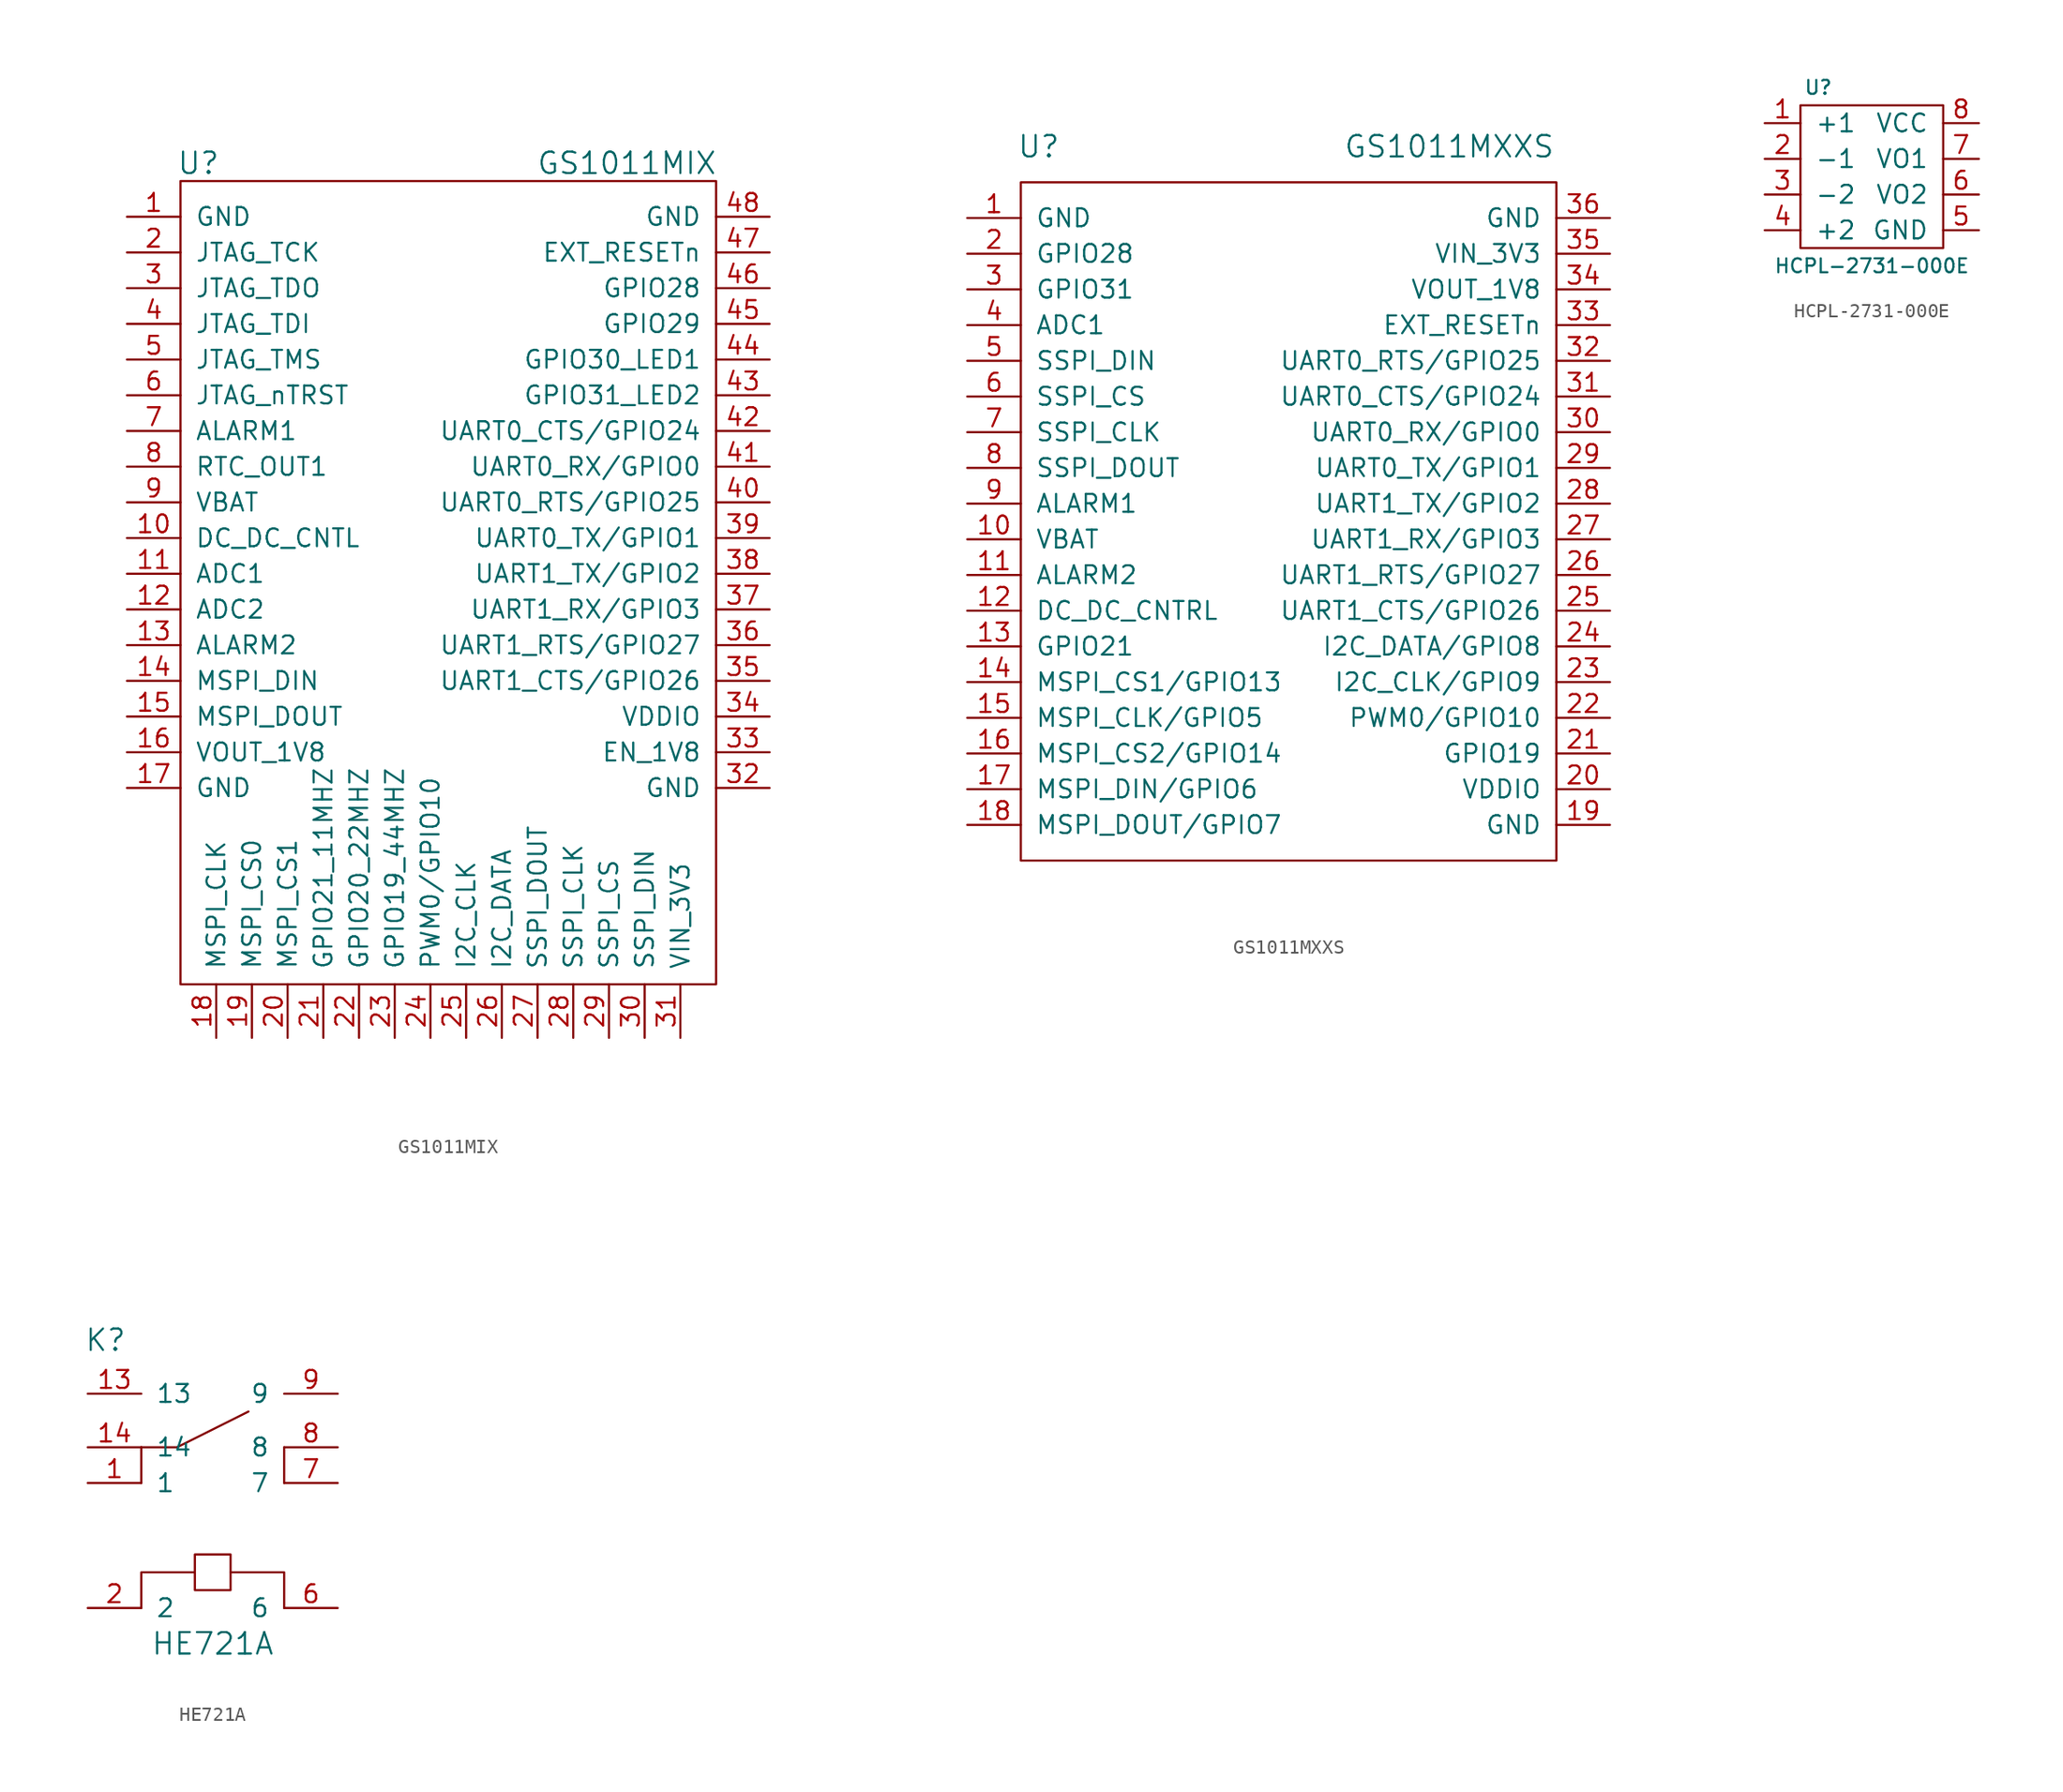
<source format=kicad_sym>
(kicad_symbol_lib
  (version 20211014)
  (generator kicad_symbol_editor)
  (symbol "GS1011MIX"
    (pin_names
      (offset 1.016))
    (property "Reference" "U"
      (at -17.78 24.13 0)
      (effects (font (size 1.524 1.524))))
    (property "Value" "GS1011MIX"
      (at 12.7 24.13 0)
      (effects (font (size 1.524 1.524))))
    (property "Footprint" ""
      (at 0 0 0)
      (effects (font (size 1.524 1.524))))
    (property "Datasheet" ""
      (at 0 0 0)
      (effects (font (size 1.524 1.524))))
    (symbol "GS1011MIX_0_1"
      (rectangle (start -19.05 22.86) (end 19.05 -34.29) (stroke (width 0) (type default) (color 0 0 0 0)) (fill (type none))))
    (symbol "GS1011MIX_1_1"
      (pin passive line (at -22.86 20.32 0) (length 3.81) (name "GND" (effects (font (size 1.27 1.27)))) (number "1" (effects (font (size 1.27 1.27)))))
      (pin passive line (at -22.86 -2.54 0) (length 3.81) (name "DC_DC_CNTL" (effects (font (size 1.27 1.27)))) (number "10" (effects (font (size 1.27 1.27)))))
      (pin passive line (at -22.86 -5.08 0) (length 3.81) (name "ADC1" (effects (font (size 1.27 1.27)))) (number "11" (effects (font (size 1.27 1.27)))))
      (pin passive line (at -22.86 -7.62 0) (length 3.81) (name "ADC2" (effects (font (size 1.27 1.27)))) (number "12" (effects (font (size 1.27 1.27)))))
      (pin passive line (at -22.86 -10.16 0) (length 3.81) (name "ALARM2" (effects (font (size 1.27 1.27)))) (number "13" (effects (font (size 1.27 1.27)))))
      (pin passive line (at -22.86 -12.7 0) (length 3.81) (name "MSPI_DIN" (effects (font (size 1.27 1.27)))) (number "14" (effects (font (size 1.27 1.27)))))
      (pin passive line (at -22.86 -15.24 0) (length 3.81) (name "MSPI_DOUT" (effects (font (size 1.27 1.27)))) (number "15" (effects (font (size 1.27 1.27)))))
      (pin passive line (at -22.86 -17.78 0) (length 3.81) (name "VOUT_1V8" (effects (font (size 1.27 1.27)))) (number "16" (effects (font (size 1.27 1.27)))))
      (pin passive line (at -22.86 -20.32 0) (length 3.81) (name "GND" (effects (font (size 1.27 1.27)))) (number "17" (effects (font (size 1.27 1.27)))))
      (pin passive line (at -16.51 -38.1 90) (length 3.81) (name "MSPI_CLK" (effects (font (size 1.27 1.27)))) (number "18" (effects (font (size 1.27 1.27)))))
      (pin passive line (at -13.97 -38.1 90) (length 3.81) (name "MSPI_CS0" (effects (font (size 1.27 1.27)))) (number "19" (effects (font (size 1.27 1.27)))))
      (pin passive line (at -22.86 17.78 0) (length 3.81) (name "JTAG_TCK" (effects (font (size 1.27 1.27)))) (number "2" (effects (font (size 1.27 1.27)))))
      (pin passive line (at -11.43 -38.1 90) (length 3.81) (name "MSPI_CS1" (effects (font (size 1.27 1.27)))) (number "20" (effects (font (size 1.27 1.27)))))
      (pin passive line (at -8.89 -38.1 90) (length 3.81) (name "GPIO21_11MHZ" (effects (font (size 1.27 1.27)))) (number "21" (effects (font (size 1.27 1.27)))))
      (pin passive line (at -6.35 -38.1 90) (length 3.81) (name "GPIO20_22MHZ" (effects (font (size 1.27 1.27)))) (number "22" (effects (font (size 1.27 1.27)))))
      (pin passive line (at -3.81 -38.1 90) (length 3.81) (name "GPIO19_44MHZ" (effects (font (size 1.27 1.27)))) (number "23" (effects (font (size 1.27 1.27)))))
      (pin passive line (at -1.27 -38.1 90) (length 3.81) (name "PWM0/GPIO10" (effects (font (size 1.27 1.27)))) (number "24" (effects (font (size 1.27 1.27)))))
      (pin passive line (at 1.27 -38.1 90) (length 3.81) (name "I2C_CLK" (effects (font (size 1.27 1.27)))) (number "25" (effects (font (size 1.27 1.27)))))
      (pin passive line (at 3.81 -38.1 90) (length 3.81) (name "I2C_DATA" (effects (font (size 1.27 1.27)))) (number "26" (effects (font (size 1.27 1.27)))))
      (pin passive line (at 6.35 -38.1 90) (length 3.81) (name "SSPI_DOUT" (effects (font (size 1.27 1.27)))) (number "27" (effects (font (size 1.27 1.27)))))
      (pin passive line (at 8.89 -38.1 90) (length 3.81) (name "SSPI_CLK" (effects (font (size 1.27 1.27)))) (number "28" (effects (font (size 1.27 1.27)))))
      (pin passive line (at 11.43 -38.1 90) (length 3.81) (name "SSPI_CS" (effects (font (size 1.27 1.27)))) (number "29" (effects (font (size 1.27 1.27)))))
      (pin passive line (at -22.86 15.24 0) (length 3.81) (name "JTAG_TDO" (effects (font (size 1.27 1.27)))) (number "3" (effects (font (size 1.27 1.27)))))
      (pin passive line (at 13.97 -38.1 90) (length 3.81) (name "SSPI_DIN" (effects (font (size 1.27 1.27)))) (number "30" (effects (font (size 1.27 1.27)))))
      (pin passive line (at 16.51 -38.1 90) (length 3.81) (name "VIN_3V3" (effects (font (size 1.27 1.27)))) (number "31" (effects (font (size 1.27 1.27)))))
      (pin passive line (at 22.86 -20.32 180) (length 3.81) (name "GND" (effects (font (size 1.27 1.27)))) (number "32" (effects (font (size 1.27 1.27)))))
      (pin passive line (at 22.86 -17.78 180) (length 3.81) (name "EN_1V8" (effects (font (size 1.27 1.27)))) (number "33" (effects (font (size 1.27 1.27)))))
      (pin passive line (at 22.86 -15.24 180) (length 3.81) (name "VDDIO" (effects (font (size 1.27 1.27)))) (number "34" (effects (font (size 1.27 1.27)))))
      (pin passive line (at 22.86 -12.7 180) (length 3.81) (name "UART1_CTS/GPIO26" (effects (font (size 1.27 1.27)))) (number "35" (effects (font (size 1.27 1.27)))))
      (pin passive line (at 22.86 -10.16 180) (length 3.81) (name "UART1_RTS/GPIO27" (effects (font (size 1.27 1.27)))) (number "36" (effects (font (size 1.27 1.27)))))
      (pin passive line (at 22.86 -7.62 180) (length 3.81) (name "UART1_RX/GPIO3" (effects (font (size 1.27 1.27)))) (number "37" (effects (font (size 1.27 1.27)))))
      (pin passive line (at 22.86 -5.08 180) (length 3.81) (name "UART1_TX/GPIO2" (effects (font (size 1.27 1.27)))) (number "38" (effects (font (size 1.27 1.27)))))
      (pin passive line (at 22.86 -2.54 180) (length 3.81) (name "UART0_TX/GPIO1" (effects (font (size 1.27 1.27)))) (number "39" (effects (font (size 1.27 1.27)))))
      (pin passive line (at -22.86 12.7 0) (length 3.81) (name "JTAG_TDI" (effects (font (size 1.27 1.27)))) (number "4" (effects (font (size 1.27 1.27)))))
      (pin passive line (at 22.86 0 180) (length 3.81) (name "UART0_RTS/GPIO25" (effects (font (size 1.27 1.27)))) (number "40" (effects (font (size 1.27 1.27)))))
      (pin passive line (at 22.86 2.54 180) (length 3.81) (name "UART0_RX/GPIO0" (effects (font (size 1.27 1.27)))) (number "41" (effects (font (size 1.27 1.27)))))
      (pin passive line (at 22.86 5.08 180) (length 3.81) (name "UART0_CTS/GPIO24" (effects (font (size 1.27 1.27)))) (number "42" (effects (font (size 1.27 1.27)))))
      (pin passive line (at 22.86 7.62 180) (length 3.81) (name "GPIO31_LED2" (effects (font (size 1.27 1.27)))) (number "43" (effects (font (size 1.27 1.27)))))
      (pin passive line (at 22.86 10.16 180) (length 3.81) (name "GPIO30_LED1" (effects (font (size 1.27 1.27)))) (number "44" (effects (font (size 1.27 1.27)))))
      (pin passive line (at 22.86 12.7 180) (length 3.81) (name "GPIO29" (effects (font (size 1.27 1.27)))) (number "45" (effects (font (size 1.27 1.27)))))
      (pin passive line (at 22.86 15.24 180) (length 3.81) (name "GPIO28" (effects (font (size 1.27 1.27)))) (number "46" (effects (font (size 1.27 1.27)))))
      (pin passive line (at 22.86 17.78 180) (length 3.81) (name "EXT_RESETn" (effects (font (size 1.27 1.27)))) (number "47" (effects (font (size 1.27 1.27)))))
      (pin passive line (at 22.86 20.32 180) (length 3.81) (name "GND" (effects (font (size 1.27 1.27)))) (number "48" (effects (font (size 1.27 1.27)))))
      (pin passive line (at -22.86 10.16 0) (length 3.81) (name "JTAG_TMS" (effects (font (size 1.27 1.27)))) (number "5" (effects (font (size 1.27 1.27)))))
      (pin passive line (at -22.86 7.62 0) (length 3.81) (name "JTAG_nTRST" (effects (font (size 1.27 1.27)))) (number "6" (effects (font (size 1.27 1.27)))))
      (pin passive line (at -22.86 5.08 0) (length 3.81) (name "ALARM1" (effects (font (size 1.27 1.27)))) (number "7" (effects (font (size 1.27 1.27)))))
      (pin passive line (at -22.86 2.54 0) (length 3.81) (name "RTC_OUT1" (effects (font (size 1.27 1.27)))) (number "8" (effects (font (size 1.27 1.27)))))
      (pin passive line (at -22.86 0 0) (length 3.81) (name "VBAT" (effects (font (size 1.27 1.27)))) (number "9" (effects (font (size 1.27 1.27)))))))
  (symbol "GS1011MXXS"
    (pin_names
      (offset 1.016))
    (property "Reference" "U"
      (at -17.78 26.67 0)
      (effects (font (size 1.524 1.524))))
    (property "Value" "GS1011MXXS"
      (at 11.43 26.67 0)
      (effects (font (size 1.524 1.524))))
    (property "Footprint" ""
      (at 0 0 0)
      (effects (font (size 1.524 1.524))))
    (property "Datasheet" ""
      (at 0 0 0)
      (effects (font (size 1.524 1.524))))
    (symbol "GS1011MXXS_0_1"
      (rectangle (start -19.05 24.13) (end 19.05 -24.13) (stroke (width 0) (type default) (color 0 0 0 0)) (fill (type none))))
    (symbol "GS1011MXXS_1_1"
      (pin passive line (at -22.86 21.59 0) (length 3.81) (name "GND" (effects (font (size 1.27 1.27)))) (number "1" (effects (font (size 1.27 1.27)))))
      (pin passive line (at -22.86 -1.27 0) (length 3.81) (name "VBAT" (effects (font (size 1.27 1.27)))) (number "10" (effects (font (size 1.27 1.27)))))
      (pin passive line (at -22.86 -3.81 0) (length 3.81) (name "ALARM2" (effects (font (size 1.27 1.27)))) (number "11" (effects (font (size 1.27 1.27)))))
      (pin passive line (at -22.86 -6.35 0) (length 3.81) (name "DC_DC_CNTRL" (effects (font (size 1.27 1.27)))) (number "12" (effects (font (size 1.27 1.27)))))
      (pin passive line (at -22.86 -8.89 0) (length 3.81) (name "GPIO21" (effects (font (size 1.27 1.27)))) (number "13" (effects (font (size 1.27 1.27)))))
      (pin passive line (at -22.86 -11.43 0) (length 3.81) (name "MSPI_CS1/GPIO13" (effects (font (size 1.27 1.27)))) (number "14" (effects (font (size 1.27 1.27)))))
      (pin passive line (at -22.86 -13.97 0) (length 3.81) (name "MSPI_CLK/GPIO5" (effects (font (size 1.27 1.27)))) (number "15" (effects (font (size 1.27 1.27)))))
      (pin passive line (at -22.86 -16.51 0) (length 3.81) (name "MSPI_CS2/GPIO14" (effects (font (size 1.27 1.27)))) (number "16" (effects (font (size 1.27 1.27)))))
      (pin passive line (at -22.86 -19.05 0) (length 3.81) (name "MSPI_DIN/GPIO6" (effects (font (size 1.27 1.27)))) (number "17" (effects (font (size 1.27 1.27)))))
      (pin passive line (at -22.86 -21.59 0) (length 3.81) (name "MSPI_DOUT/GPIO7" (effects (font (size 1.27 1.27)))) (number "18" (effects (font (size 1.27 1.27)))))
      (pin passive line (at 22.86 -21.59 180) (length 3.81) (name "GND" (effects (font (size 1.27 1.27)))) (number "19" (effects (font (size 1.27 1.27)))))
      (pin passive line (at -22.86 19.05 0) (length 3.81) (name "GPIO28" (effects (font (size 1.27 1.27)))) (number "2" (effects (font (size 1.27 1.27)))))
      (pin passive line (at 22.86 -19.05 180) (length 3.81) (name "VDDIO" (effects (font (size 1.27 1.27)))) (number "20" (effects (font (size 1.27 1.27)))))
      (pin passive line (at 22.86 -16.51 180) (length 3.81) (name "GPIO19" (effects (font (size 1.27 1.27)))) (number "21" (effects (font (size 1.27 1.27)))))
      (pin passive line (at 22.86 -13.97 180) (length 3.81) (name "PWM0/GPIO10" (effects (font (size 1.27 1.27)))) (number "22" (effects (font (size 1.27 1.27)))))
      (pin passive line (at 22.86 -11.43 180) (length 3.81) (name "I2C_CLK/GPIO9" (effects (font (size 1.27 1.27)))) (number "23" (effects (font (size 1.27 1.27)))))
      (pin passive line (at 22.86 -8.89 180) (length 3.81) (name "I2C_DATA/GPIO8" (effects (font (size 1.27 1.27)))) (number "24" (effects (font (size 1.27 1.27)))))
      (pin passive line (at 22.86 -6.35 180) (length 3.81) (name "UART1_CTS/GPIO26" (effects (font (size 1.27 1.27)))) (number "25" (effects (font (size 1.27 1.27)))))
      (pin passive line (at 22.86 -3.81 180) (length 3.81) (name "UART1_RTS/GPIO27" (effects (font (size 1.27 1.27)))) (number "26" (effects (font (size 1.27 1.27)))))
      (pin passive line (at 22.86 -1.27 180) (length 3.81) (name "UART1_RX/GPIO3" (effects (font (size 1.27 1.27)))) (number "27" (effects (font (size 1.27 1.27)))))
      (pin passive line (at 22.86 1.27 180) (length 3.81) (name "UART1_TX/GPIO2" (effects (font (size 1.27 1.27)))) (number "28" (effects (font (size 1.27 1.27)))))
      (pin passive line (at 22.86 3.81 180) (length 3.81) (name "UART0_TX/GPIO1" (effects (font (size 1.27 1.27)))) (number "29" (effects (font (size 1.27 1.27)))))
      (pin passive line (at -22.86 16.51 0) (length 3.81) (name "GPIO31" (effects (font (size 1.27 1.27)))) (number "3" (effects (font (size 1.27 1.27)))))
      (pin passive line (at 22.86 6.35 180) (length 3.81) (name "UART0_RX/GPIO0" (effects (font (size 1.27 1.27)))) (number "30" (effects (font (size 1.27 1.27)))))
      (pin passive line (at 22.86 8.89 180) (length 3.81) (name "UART0_CTS/GPIO24" (effects (font (size 1.27 1.27)))) (number "31" (effects (font (size 1.27 1.27)))))
      (pin passive line (at 22.86 11.43 180) (length 3.81) (name "UART0_RTS/GPIO25" (effects (font (size 1.27 1.27)))) (number "32" (effects (font (size 1.27 1.27)))))
      (pin passive line (at 22.86 13.97 180) (length 3.81) (name "EXT_RESETn" (effects (font (size 1.27 1.27)))) (number "33" (effects (font (size 1.27 1.27)))))
      (pin passive line (at 22.86 16.51 180) (length 3.81) (name "VOUT_1V8" (effects (font (size 1.27 1.27)))) (number "34" (effects (font (size 1.27 1.27)))))
      (pin passive line (at 22.86 19.05 180) (length 3.81) (name "VIN_3V3" (effects (font (size 1.27 1.27)))) (number "35" (effects (font (size 1.27 1.27)))))
      (pin passive line (at 22.86 21.59 180) (length 3.81) (name "GND" (effects (font (size 1.27 1.27)))) (number "36" (effects (font (size 1.27 1.27)))))
      (pin passive line (at -22.86 13.97 0) (length 3.81) (name "ADC1" (effects (font (size 1.27 1.27)))) (number "4" (effects (font (size 1.27 1.27)))))
      (pin passive line (at -22.86 11.43 0) (length 3.81) (name "SSPI_DIN" (effects (font (size 1.27 1.27)))) (number "5" (effects (font (size 1.27 1.27)))))
      (pin passive line (at -22.86 8.89 0) (length 3.81) (name "SSPI_CS" (effects (font (size 1.27 1.27)))) (number "6" (effects (font (size 1.27 1.27)))))
      (pin passive line (at -22.86 6.35 0) (length 3.81) (name "SSPI_CLK" (effects (font (size 1.27 1.27)))) (number "7" (effects (font (size 1.27 1.27)))))
      (pin passive line (at -22.86 3.81 0) (length 3.81) (name "SSPI_DOUT" (effects (font (size 1.27 1.27)))) (number "8" (effects (font (size 1.27 1.27)))))
      (pin passive line (at -22.86 1.27 0) (length 3.81) (name "ALARM1" (effects (font (size 1.27 1.27)))) (number "9" (effects (font (size 1.27 1.27)))))))
  (symbol "HCPL-2731-000E"
    (pin_names
      (offset 1.016))
    (property "Reference" "U"
      (at -3.81 6.35 0)
      (effects (font (size 0.991 0.991))))
    (property "Value" "HCPL-2731-000E"
      (at 0 -6.35 0)
      (effects (font (size 0.991 0.991))))
    (symbol "HCPL-2731-000E_0_1"
      (rectangle (start -5.08 5.08) (end 5.08 -5.08) (stroke (width 0) (type default) (color 0 0 0 0)) (fill (type none))))
    (symbol "HCPL-2731-000E_1_1"
      (pin passive line (at -7.62 3.81 0) (length 2.54) (name "+1" (effects (font (size 1.27 1.27)))) (number "1" (effects (font (size 1.27 1.27)))))
      (pin passive line (at -7.62 1.27 0) (length 2.54) (name "-1" (effects (font (size 1.27 1.27)))) (number "2" (effects (font (size 1.27 1.27)))))
      (pin passive line (at -7.62 -1.27 0) (length 2.54) (name "-2" (effects (font (size 1.27 1.27)))) (number "3" (effects (font (size 1.27 1.27)))))
      (pin passive line (at -7.62 -3.81 0) (length 2.54) (name "+2" (effects (font (size 1.27 1.27)))) (number "4" (effects (font (size 1.27 1.27)))))
      (pin passive line (at 7.62 -3.81 180) (length 2.54) (name "GND" (effects (font (size 1.27 1.27)))) (number "5" (effects (font (size 1.27 1.27)))))
      (pin passive line (at 7.62 -1.27 180) (length 2.54) (name "VO2" (effects (font (size 1.27 1.27)))) (number "6" (effects (font (size 1.27 1.27)))))
      (pin passive line (at 7.62 1.27 180) (length 2.54) (name "VO1" (effects (font (size 1.27 1.27)))) (number "7" (effects (font (size 1.27 1.27)))))
      (pin passive line (at 7.62 3.81 180) (length 2.54) (name "VCC" (effects (font (size 1.27 1.27)))) (number "8" (effects (font (size 1.27 1.27)))))))
  (symbol "HE721A"
    (pin_names
      (offset 1.016))
    (property "Reference" "K"
      (at -7.62 -5.08 0)
      (effects (font (size 1.524 1.524))))
    (property "Value" "HE721A"
      (at 0 -26.67 0)
      (effects (font (size 1.524 1.524))))
    (property "Footprint" ""
      (at 0 0 0)
      (effects (font (size 1.524 1.524))))
    (property "Datasheet" ""
      (at 0 0 0)
      (effects (font (size 1.524 1.524))))
    (symbol "HE721A_0_1"
      (polyline (pts (xy -5.08 -12.7) (xy -5.08 -15.24) (xy -5.08 -15.24)) (stroke (width 0) (type default) (color 0 0 0 0)) (fill (type none)))
      (polyline (pts (xy 5.08 -12.7) (xy 5.08 -15.24) (xy 5.08 -15.24)) (stroke (width 0) (type default) (color 0 0 0 0)) (fill (type none)))
      (polyline (pts (xy 1.27 -21.59) (xy 5.08 -21.59) (xy 5.08 -24.13) (xy 5.08 -24.13)) (stroke (width 0) (type default) (color 0 0 0 0)) (fill (type none)))
      (polyline (pts (xy -5.08 -12.7) (xy -2.54 -12.7) (xy 2.54 -10.16) (xy 2.54 -10.16) (xy 2.54 -10.16)) (stroke (width 0) (type default) (color 0 0 0 0)) (fill (type none)))
      (polyline (pts (xy -5.08 -24.13) (xy -5.08 -21.59) (xy -1.27 -21.59) (xy -1.27 -20.32) (xy 1.27 -20.32) (xy 1.27 -22.86) (xy -1.27 -22.86) (xy -1.27 -21.59) (xy -1.27 -21.59)) (stroke (width 0) (type default) (color 0 0 0 0)) (fill (type none))))
    (symbol "HE721A_1_1"
      (pin passive line (at -8.89 -15.24 0) (length 3.81) (name "1" (effects (font (size 1.27 1.27)))) (number "1" (effects (font (size 1.27 1.27)))))
      (pin passive line (at -8.89 -8.89 0) (length 3.81) (name "13" (effects (font (size 1.27 1.27)))) (number "13" (effects (font (size 1.27 1.27)))))
      (pin passive line (at -8.89 -12.7 0) (length 3.81) (name "14" (effects (font (size 1.27 1.27)))) (number "14" (effects (font (size 1.27 1.27)))))
      (pin passive line (at -8.89 -24.13 0) (length 3.81) (name "2" (effects (font (size 1.27 1.27)))) (number "2" (effects (font (size 1.27 1.27)))))
      (pin passive line (at 8.89 -24.13 180) (length 3.81) (name "6" (effects (font (size 1.27 1.27)))) (number "6" (effects (font (size 1.27 1.27)))))
      (pin passive line (at 8.89 -15.24 180) (length 3.81) (name "7" (effects (font (size 1.27 1.27)))) (number "7" (effects (font (size 1.27 1.27)))))
      (pin passive line (at 8.89 -12.7 180) (length 3.81) (name "8" (effects (font (size 1.27 1.27)))) (number "8" (effects (font (size 1.27 1.27)))))
      (pin passive line (at 8.89 -8.89 180) (length 3.81) (name "9" (effects (font (size 1.27 1.27)))) (number "9" (effects (font (size 1.27 1.27))))))))
</source>
